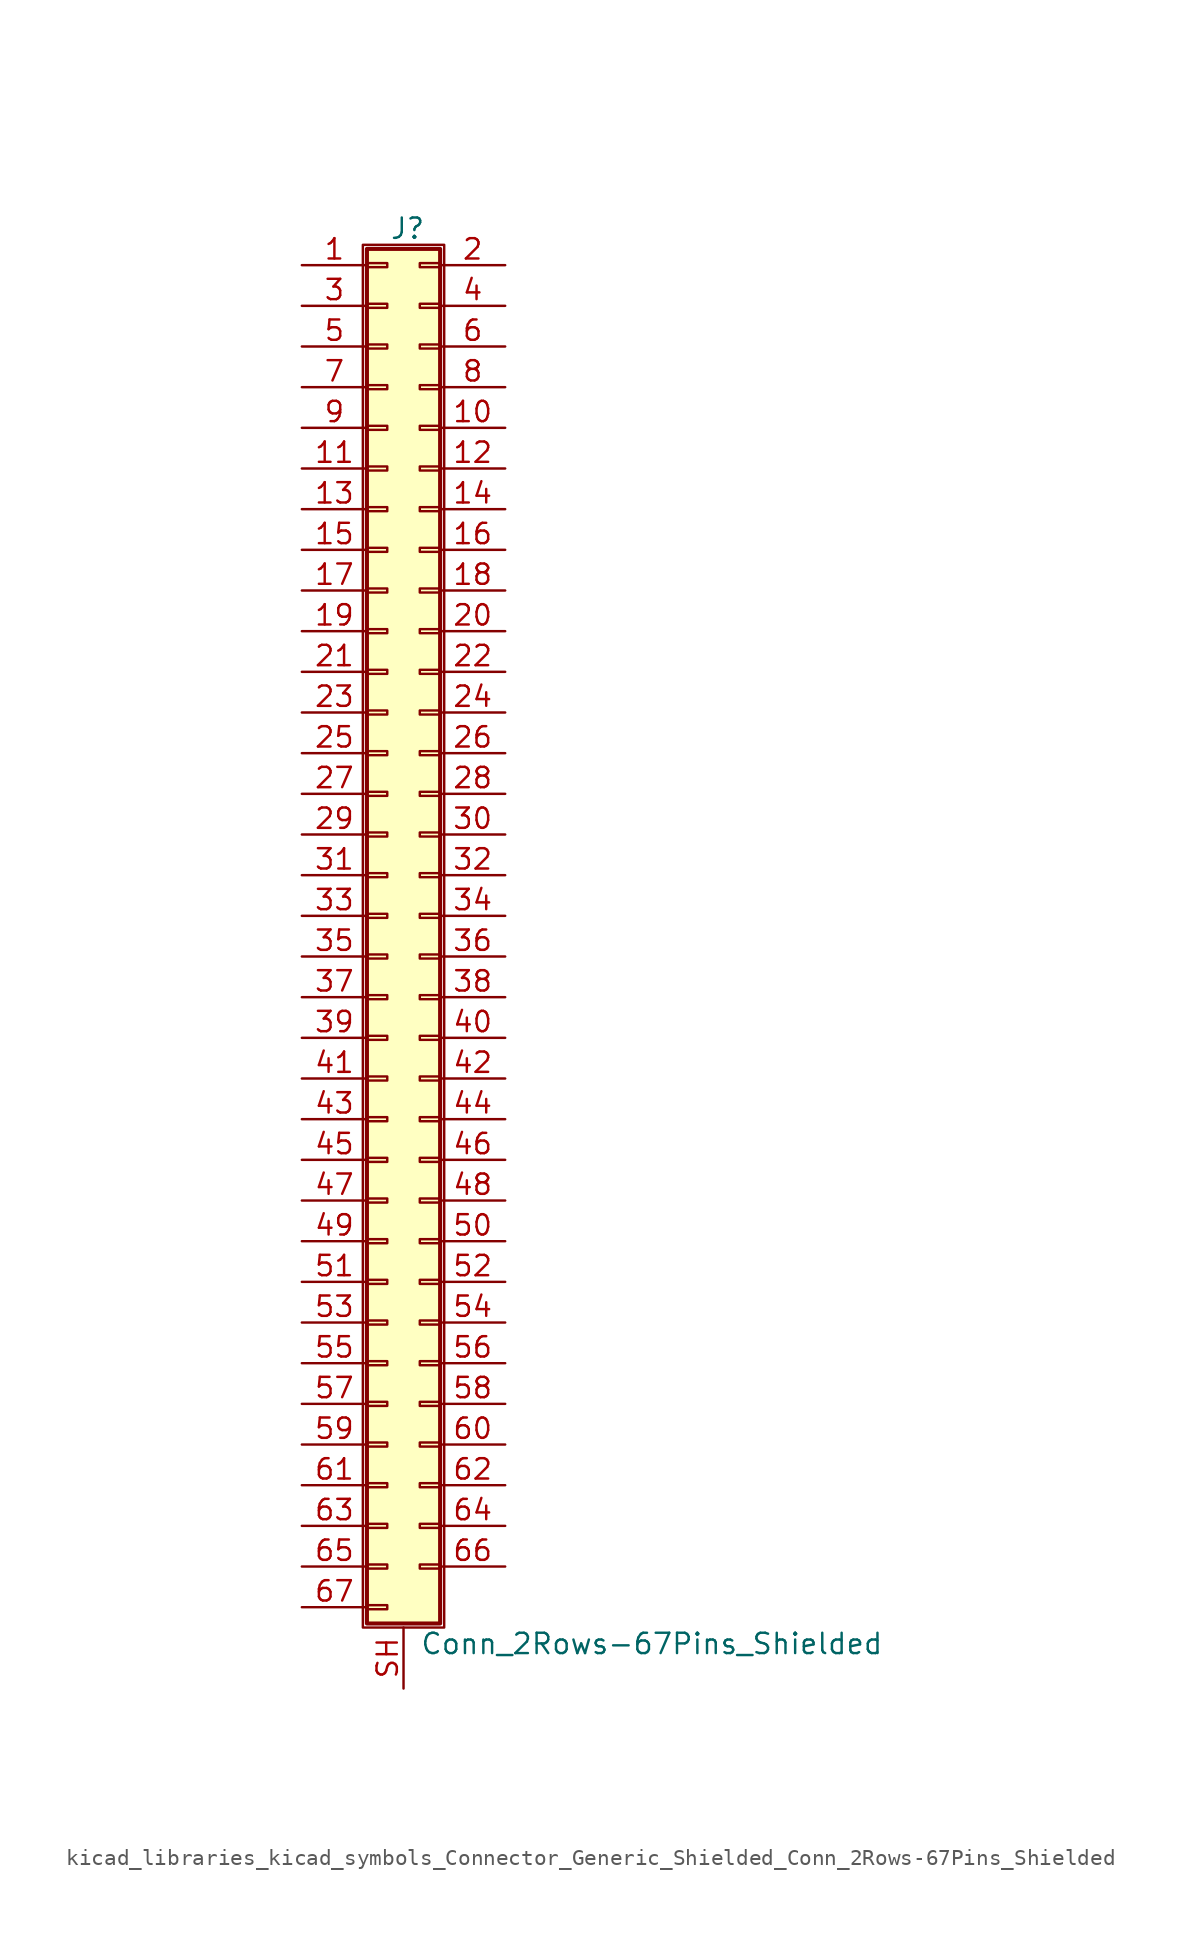
<source format=kicad_sym>
(kicad_symbol_lib
  (version 20220914)
  (generator kicad_symbol_editor)
  (symbol "kicad_libraries_kicad_symbols_Connector_Generic_Shielded_Conn_2Rows-67Pins_Shielded"
    (pin_names
      (offset 1.016) hide)
    (property "Reference" "J"
      (at 1.524 42.926 0)
      (effects (font (size 1.27 1.27))))
    (property "Value" "Conn_2Rows-67Pins_Shielded"
      (at 2.286 -45.466 0)
      (effects (font (size 1.27 1.27)) (justify left)))
    (symbol "kicad_libraries_kicad_symbols_Connector_Generic_Shielded_Conn_2Rows-67Pins_Shielded_1_1"
      (rectangle (start -1.27 41.91) (end 3.81 -44.45) (stroke (width 0.152) (type default)) (fill (type none)))
      (rectangle (start -1.016 -43.053) (end 0.254 -43.307) (stroke (width 0.152) (type default)) (fill (type none)))
      (rectangle (start -1.016 -40.513) (end 0.254 -40.767) (stroke (width 0.152) (type default)) (fill (type none)))
      (rectangle (start -1.016 -37.973) (end 0.254 -38.227) (stroke (width 0.152) (type default)) (fill (type none)))
      (rectangle (start -1.016 -35.433) (end 0.254 -35.687) (stroke (width 0.152) (type default)) (fill (type none)))
      (rectangle (start -1.016 -32.893) (end 0.254 -33.147) (stroke (width 0.152) (type default)) (fill (type none)))
      (rectangle (start -1.016 -30.353) (end 0.254 -30.607) (stroke (width 0.152) (type default)) (fill (type none)))
      (rectangle (start -1.016 -27.813) (end 0.254 -28.067) (stroke (width 0.152) (type default)) (fill (type none)))
      (rectangle (start -1.016 -25.273) (end 0.254 -25.527) (stroke (width 0.152) (type default)) (fill (type none)))
      (rectangle (start -1.016 -22.733) (end 0.254 -22.987) (stroke (width 0.152) (type default)) (fill (type none)))
      (rectangle (start -1.016 -20.193) (end 0.254 -20.447) (stroke (width 0.152) (type default)) (fill (type none)))
      (rectangle (start -1.016 -17.653) (end 0.254 -17.907) (stroke (width 0.152) (type default)) (fill (type none)))
      (rectangle (start -1.016 -15.113) (end 0.254 -15.367) (stroke (width 0.152) (type default)) (fill (type none)))
      (rectangle (start -1.016 -12.573) (end 0.254 -12.827) (stroke (width 0.152) (type default)) (fill (type none)))
      (rectangle (start -1.016 -10.033) (end 0.254 -10.287) (stroke (width 0.152) (type default)) (fill (type none)))
      (rectangle (start -1.016 -7.493) (end 0.254 -7.747) (stroke (width 0.152) (type default)) (fill (type none)))
      (rectangle (start -1.016 -4.953) (end 0.254 -5.207) (stroke (width 0.152) (type default)) (fill (type none)))
      (rectangle (start -1.016 -2.413) (end 0.254 -2.667) (stroke (width 0.152) (type default)) (fill (type none)))
      (rectangle (start -1.016 0.127) (end 0.254 -0.127) (stroke (width 0.152) (type default)) (fill (type none)))
      (rectangle (start -1.016 2.667) (end 0.254 2.413) (stroke (width 0.152) (type default)) (fill (type none)))
      (rectangle (start -1.016 5.207) (end 0.254 4.953) (stroke (width 0.152) (type default)) (fill (type none)))
      (rectangle (start -1.016 7.747) (end 0.254 7.493) (stroke (width 0.152) (type default)) (fill (type none)))
      (rectangle (start -1.016 10.287) (end 0.254 10.033) (stroke (width 0.152) (type default)) (fill (type none)))
      (rectangle (start -1.016 12.827) (end 0.254 12.573) (stroke (width 0.152) (type default)) (fill (type none)))
      (rectangle (start -1.016 15.367) (end 0.254 15.113) (stroke (width 0.152) (type default)) (fill (type none)))
      (rectangle (start -1.016 17.907) (end 0.254 17.653) (stroke (width 0.152) (type default)) (fill (type none)))
      (rectangle (start -1.016 20.447) (end 0.254 20.193) (stroke (width 0.152) (type default)) (fill (type none)))
      (rectangle (start -1.016 22.987) (end 0.254 22.733) (stroke (width 0.152) (type default)) (fill (type none)))
      (rectangle (start -1.016 25.527) (end 0.254 25.273) (stroke (width 0.152) (type default)) (fill (type none)))
      (rectangle (start -1.016 28.067) (end 0.254 27.813) (stroke (width 0.152) (type default)) (fill (type none)))
      (rectangle (start -1.016 30.607) (end 0.254 30.353) (stroke (width 0.152) (type default)) (fill (type none)))
      (rectangle (start -1.016 33.147) (end 0.254 32.893) (stroke (width 0.152) (type default)) (fill (type none)))
      (rectangle (start -1.016 35.687) (end 0.254 35.433) (stroke (width 0.152) (type default)) (fill (type none)))
      (rectangle (start -1.016 38.227) (end 0.254 37.973) (stroke (width 0.152) (type default)) (fill (type none)))
      (rectangle (start -1.016 40.767) (end 0.254 40.513) (stroke (width 0.152) (type default)) (fill (type none)))
      (rectangle (start -1.016 41.656) (end 3.556 -44.196) (stroke (width 0.254) (type default)) (fill (type background)))
      (rectangle (start 3.556 -40.513) (end 2.286 -40.767) (stroke (width 0.152) (type default)) (fill (type none)))
      (rectangle (start 3.556 -37.973) (end 2.286 -38.227) (stroke (width 0.152) (type default)) (fill (type none)))
      (rectangle (start 3.556 -35.433) (end 2.286 -35.687) (stroke (width 0.152) (type default)) (fill (type none)))
      (rectangle (start 3.556 -32.893) (end 2.286 -33.147) (stroke (width 0.152) (type default)) (fill (type none)))
      (rectangle (start 3.556 -30.353) (end 2.286 -30.607) (stroke (width 0.152) (type default)) (fill (type none)))
      (rectangle (start 3.556 -27.813) (end 2.286 -28.067) (stroke (width 0.152) (type default)) (fill (type none)))
      (rectangle (start 3.556 -25.273) (end 2.286 -25.527) (stroke (width 0.152) (type default)) (fill (type none)))
      (rectangle (start 3.556 -22.733) (end 2.286 -22.987) (stroke (width 0.152) (type default)) (fill (type none)))
      (rectangle (start 3.556 -20.193) (end 2.286 -20.447) (stroke (width 0.152) (type default)) (fill (type none)))
      (rectangle (start 3.556 -17.653) (end 2.286 -17.907) (stroke (width 0.152) (type default)) (fill (type none)))
      (rectangle (start 3.556 -15.113) (end 2.286 -15.367) (stroke (width 0.152) (type default)) (fill (type none)))
      (rectangle (start 3.556 -12.573) (end 2.286 -12.827) (stroke (width 0.152) (type default)) (fill (type none)))
      (rectangle (start 3.556 -10.033) (end 2.286 -10.287) (stroke (width 0.152) (type default)) (fill (type none)))
      (rectangle (start 3.556 -7.493) (end 2.286 -7.747) (stroke (width 0.152) (type default)) (fill (type none)))
      (rectangle (start 3.556 -4.953) (end 2.286 -5.207) (stroke (width 0.152) (type default)) (fill (type none)))
      (rectangle (start 3.556 -2.413) (end 2.286 -2.667) (stroke (width 0.152) (type default)) (fill (type none)))
      (rectangle (start 3.556 0.127) (end 2.286 -0.127) (stroke (width 0.152) (type default)) (fill (type none)))
      (rectangle (start 3.556 2.667) (end 2.286 2.413) (stroke (width 0.152) (type default)) (fill (type none)))
      (rectangle (start 3.556 5.207) (end 2.286 4.953) (stroke (width 0.152) (type default)) (fill (type none)))
      (rectangle (start 3.556 7.747) (end 2.286 7.493) (stroke (width 0.152) (type default)) (fill (type none)))
      (rectangle (start 3.556 10.287) (end 2.286 10.033) (stroke (width 0.152) (type default)) (fill (type none)))
      (rectangle (start 3.556 12.827) (end 2.286 12.573) (stroke (width 0.152) (type default)) (fill (type none)))
      (rectangle (start 3.556 15.367) (end 2.286 15.113) (stroke (width 0.152) (type default)) (fill (type none)))
      (rectangle (start 3.556 17.907) (end 2.286 17.653) (stroke (width 0.152) (type default)) (fill (type none)))
      (rectangle (start 3.556 20.447) (end 2.286 20.193) (stroke (width 0.152) (type default)) (fill (type none)))
      (rectangle (start 3.556 22.987) (end 2.286 22.733) (stroke (width 0.152) (type default)) (fill (type none)))
      (rectangle (start 3.556 25.527) (end 2.286 25.273) (stroke (width 0.152) (type default)) (fill (type none)))
      (rectangle (start 3.556 28.067) (end 2.286 27.813) (stroke (width 0.152) (type default)) (fill (type none)))
      (rectangle (start 3.556 30.607) (end 2.286 30.353) (stroke (width 0.152) (type default)) (fill (type none)))
      (rectangle (start 3.556 33.147) (end 2.286 32.893) (stroke (width 0.152) (type default)) (fill (type none)))
      (rectangle (start 3.556 35.687) (end 2.286 35.433) (stroke (width 0.152) (type default)) (fill (type none)))
      (rectangle (start 3.556 38.227) (end 2.286 37.973) (stroke (width 0.152) (type default)) (fill (type none)))
      (rectangle (start 3.556 40.767) (end 2.286 40.513) (stroke (width 0.152) (type default)) (fill (type none)))
      (pin passive line (at -5.08 40.64 0) (length 4.064) (name "Pin_1" (effects (font (size 1.27 1.27)))) (number "1" (effects (font (size 1.27 1.27)))))
      (pin passive line (at 7.62 30.48 180) (length 4.064) (name "Pin_10" (effects (font (size 1.27 1.27)))) (number "10" (effects (font (size 1.27 1.27)))))
      (pin passive line (at -5.08 27.94 0) (length 4.064) (name "Pin_11" (effects (font (size 1.27 1.27)))) (number "11" (effects (font (size 1.27 1.27)))))
      (pin passive line (at 7.62 27.94 180) (length 4.064) (name "Pin_12" (effects (font (size 1.27 1.27)))) (number "12" (effects (font (size 1.27 1.27)))))
      (pin passive line (at -5.08 25.4 0) (length 4.064) (name "Pin_13" (effects (font (size 1.27 1.27)))) (number "13" (effects (font (size 1.27 1.27)))))
      (pin passive line (at 7.62 25.4 180) (length 4.064) (name "Pin_14" (effects (font (size 1.27 1.27)))) (number "14" (effects (font (size 1.27 1.27)))))
      (pin passive line (at -5.08 22.86 0) (length 4.064) (name "Pin_15" (effects (font (size 1.27 1.27)))) (number "15" (effects (font (size 1.27 1.27)))))
      (pin passive line (at 7.62 22.86 180) (length 4.064) (name "Pin_16" (effects (font (size 1.27 1.27)))) (number "16" (effects (font (size 1.27 1.27)))))
      (pin passive line (at -5.08 20.32 0) (length 4.064) (name "Pin_17" (effects (font (size 1.27 1.27)))) (number "17" (effects (font (size 1.27 1.27)))))
      (pin passive line (at 7.62 20.32 180) (length 4.064) (name "Pin_18" (effects (font (size 1.27 1.27)))) (number "18" (effects (font (size 1.27 1.27)))))
      (pin passive line (at -5.08 17.78 0) (length 4.064) (name "Pin_19" (effects (font (size 1.27 1.27)))) (number "19" (effects (font (size 1.27 1.27)))))
      (pin passive line (at 7.62 40.64 180) (length 4.064) (name "Pin_2" (effects (font (size 1.27 1.27)))) (number "2" (effects (font (size 1.27 1.27)))))
      (pin passive line (at 7.62 17.78 180) (length 4.064) (name "Pin_20" (effects (font (size 1.27 1.27)))) (number "20" (effects (font (size 1.27 1.27)))))
      (pin passive line (at -5.08 15.24 0) (length 4.064) (name "Pin_21" (effects (font (size 1.27 1.27)))) (number "21" (effects (font (size 1.27 1.27)))))
      (pin passive line (at 7.62 15.24 180) (length 4.064) (name "Pin_22" (effects (font (size 1.27 1.27)))) (number "22" (effects (font (size 1.27 1.27)))))
      (pin passive line (at -5.08 12.7 0) (length 4.064) (name "Pin_23" (effects (font (size 1.27 1.27)))) (number "23" (effects (font (size 1.27 1.27)))))
      (pin passive line (at 7.62 12.7 180) (length 4.064) (name "Pin_24" (effects (font (size 1.27 1.27)))) (number "24" (effects (font (size 1.27 1.27)))))
      (pin passive line (at -5.08 10.16 0) (length 4.064) (name "Pin_25" (effects (font (size 1.27 1.27)))) (number "25" (effects (font (size 1.27 1.27)))))
      (pin passive line (at 7.62 10.16 180) (length 4.064) (name "Pin_26" (effects (font (size 1.27 1.27)))) (number "26" (effects (font (size 1.27 1.27)))))
      (pin passive line (at -5.08 7.62 0) (length 4.064) (name "Pin_27" (effects (font (size 1.27 1.27)))) (number "27" (effects (font (size 1.27 1.27)))))
      (pin passive line (at 7.62 7.62 180) (length 4.064) (name "Pin_28" (effects (font (size 1.27 1.27)))) (number "28" (effects (font (size 1.27 1.27)))))
      (pin passive line (at -5.08 5.08 0) (length 4.064) (name "Pin_29" (effects (font (size 1.27 1.27)))) (number "29" (effects (font (size 1.27 1.27)))))
      (pin passive line (at -5.08 38.1 0) (length 4.064) (name "Pin_3" (effects (font (size 1.27 1.27)))) (number "3" (effects (font (size 1.27 1.27)))))
      (pin passive line (at 7.62 5.08 180) (length 4.064) (name "Pin_30" (effects (font (size 1.27 1.27)))) (number "30" (effects (font (size 1.27 1.27)))))
      (pin passive line (at -5.08 2.54 0) (length 4.064) (name "Pin_31" (effects (font (size 1.27 1.27)))) (number "31" (effects (font (size 1.27 1.27)))))
      (pin passive line (at 7.62 2.54 180) (length 4.064) (name "Pin_32" (effects (font (size 1.27 1.27)))) (number "32" (effects (font (size 1.27 1.27)))))
      (pin passive line (at -5.08 0 0) (length 4.064) (name "Pin_33" (effects (font (size 1.27 1.27)))) (number "33" (effects (font (size 1.27 1.27)))))
      (pin passive line (at 7.62 0 180) (length 4.064) (name "Pin_34" (effects (font (size 1.27 1.27)))) (number "34" (effects (font (size 1.27 1.27)))))
      (pin passive line (at -5.08 -2.54 0) (length 4.064) (name "Pin_35" (effects (font (size 1.27 1.27)))) (number "35" (effects (font (size 1.27 1.27)))))
      (pin passive line (at 7.62 -2.54 180) (length 4.064) (name "Pin_36" (effects (font (size 1.27 1.27)))) (number "36" (effects (font (size 1.27 1.27)))))
      (pin passive line (at -5.08 -5.08 0) (length 4.064) (name "Pin_37" (effects (font (size 1.27 1.27)))) (number "37" (effects (font (size 1.27 1.27)))))
      (pin passive line (at 7.62 -5.08 180) (length 4.064) (name "Pin_38" (effects (font (size 1.27 1.27)))) (number "38" (effects (font (size 1.27 1.27)))))
      (pin passive line (at -5.08 -7.62 0) (length 4.064) (name "Pin_39" (effects (font (size 1.27 1.27)))) (number "39" (effects (font (size 1.27 1.27)))))
      (pin passive line (at 7.62 38.1 180) (length 4.064) (name "Pin_4" (effects (font (size 1.27 1.27)))) (number "4" (effects (font (size 1.27 1.27)))))
      (pin passive line (at 7.62 -7.62 180) (length 4.064) (name "Pin_40" (effects (font (size 1.27 1.27)))) (number "40" (effects (font (size 1.27 1.27)))))
      (pin passive line (at -5.08 -10.16 0) (length 4.064) (name "Pin_41" (effects (font (size 1.27 1.27)))) (number "41" (effects (font (size 1.27 1.27)))))
      (pin passive line (at 7.62 -10.16 180) (length 4.064) (name "Pin_42" (effects (font (size 1.27 1.27)))) (number "42" (effects (font (size 1.27 1.27)))))
      (pin passive line (at -5.08 -12.7 0) (length 4.064) (name "Pin_43" (effects (font (size 1.27 1.27)))) (number "43" (effects (font (size 1.27 1.27)))))
      (pin passive line (at 7.62 -12.7 180) (length 4.064) (name "Pin_44" (effects (font (size 1.27 1.27)))) (number "44" (effects (font (size 1.27 1.27)))))
      (pin passive line (at -5.08 -15.24 0) (length 4.064) (name "Pin_45" (effects (font (size 1.27 1.27)))) (number "45" (effects (font (size 1.27 1.27)))))
      (pin passive line (at 7.62 -15.24 180) (length 4.064) (name "Pin_46" (effects (font (size 1.27 1.27)))) (number "46" (effects (font (size 1.27 1.27)))))
      (pin passive line (at -5.08 -17.78 0) (length 4.064) (name "Pin_47" (effects (font (size 1.27 1.27)))) (number "47" (effects (font (size 1.27 1.27)))))
      (pin passive line (at 7.62 -17.78 180) (length 4.064) (name "Pin_48" (effects (font (size 1.27 1.27)))) (number "48" (effects (font (size 1.27 1.27)))))
      (pin passive line (at -5.08 -20.32 0) (length 4.064) (name "Pin_49" (effects (font (size 1.27 1.27)))) (number "49" (effects (font (size 1.27 1.27)))))
      (pin passive line (at -5.08 35.56 0) (length 4.064) (name "Pin_5" (effects (font (size 1.27 1.27)))) (number "5" (effects (font (size 1.27 1.27)))))
      (pin passive line (at 7.62 -20.32 180) (length 4.064) (name "Pin_50" (effects (font (size 1.27 1.27)))) (number "50" (effects (font (size 1.27 1.27)))))
      (pin passive line (at -5.08 -22.86 0) (length 4.064) (name "Pin_51" (effects (font (size 1.27 1.27)))) (number "51" (effects (font (size 1.27 1.27)))))
      (pin passive line (at 7.62 -22.86 180) (length 4.064) (name "Pin_52" (effects (font (size 1.27 1.27)))) (number "52" (effects (font (size 1.27 1.27)))))
      (pin passive line (at -5.08 -25.4 0) (length 4.064) (name "Pin_53" (effects (font (size 1.27 1.27)))) (number "53" (effects (font (size 1.27 1.27)))))
      (pin passive line (at 7.62 -25.4 180) (length 4.064) (name "Pin_54" (effects (font (size 1.27 1.27)))) (number "54" (effects (font (size 1.27 1.27)))))
      (pin passive line (at -5.08 -27.94 0) (length 4.064) (name "Pin_55" (effects (font (size 1.27 1.27)))) (number "55" (effects (font (size 1.27 1.27)))))
      (pin passive line (at 7.62 -27.94 180) (length 4.064) (name "Pin_56" (effects (font (size 1.27 1.27)))) (number "56" (effects (font (size 1.27 1.27)))))
      (pin passive line (at -5.08 -30.48 0) (length 4.064) (name "Pin_57" (effects (font (size 1.27 1.27)))) (number "57" (effects (font (size 1.27 1.27)))))
      (pin passive line (at 7.62 -30.48 180) (length 4.064) (name "Pin_58" (effects (font (size 1.27 1.27)))) (number "58" (effects (font (size 1.27 1.27)))))
      (pin passive line (at -5.08 -33.02 0) (length 4.064) (name "Pin_59" (effects (font (size 1.27 1.27)))) (number "59" (effects (font (size 1.27 1.27)))))
      (pin passive line (at 7.62 35.56 180) (length 4.064) (name "Pin_6" (effects (font (size 1.27 1.27)))) (number "6" (effects (font (size 1.27 1.27)))))
      (pin passive line (at 7.62 -33.02 180) (length 4.064) (name "Pin_60" (effects (font (size 1.27 1.27)))) (number "60" (effects (font (size 1.27 1.27)))))
      (pin passive line (at -5.08 -35.56 0) (length 4.064) (name "Pin_61" (effects (font (size 1.27 1.27)))) (number "61" (effects (font (size 1.27 1.27)))))
      (pin passive line (at 7.62 -35.56 180) (length 4.064) (name "Pin_62" (effects (font (size 1.27 1.27)))) (number "62" (effects (font (size 1.27 1.27)))))
      (pin passive line (at -5.08 -38.1 0) (length 4.064) (name "Pin_63" (effects (font (size 1.27 1.27)))) (number "63" (effects (font (size 1.27 1.27)))))
      (pin passive line (at 7.62 -38.1 180) (length 4.064) (name "Pin_64" (effects (font (size 1.27 1.27)))) (number "64" (effects (font (size 1.27 1.27)))))
      (pin passive line (at -5.08 -40.64 0) (length 4.064) (name "Pin_65" (effects (font (size 1.27 1.27)))) (number "65" (effects (font (size 1.27 1.27)))))
      (pin passive line (at 7.62 -40.64 180) (length 4.064) (name "Pin_66" (effects (font (size 1.27 1.27)))) (number "66" (effects (font (size 1.27 1.27)))))
      (pin passive line (at -5.08 -43.18 0) (length 4.064) (name "Pin_67" (effects (font (size 1.27 1.27)))) (number "67" (effects (font (size 1.27 1.27)))))
      (pin passive line (at -5.08 33.02 0) (length 4.064) (name "Pin_7" (effects (font (size 1.27 1.27)))) (number "7" (effects (font (size 1.27 1.27)))))
      (pin passive line (at 7.62 33.02 180) (length 4.064) (name "Pin_8" (effects (font (size 1.27 1.27)))) (number "8" (effects (font (size 1.27 1.27)))))
      (pin passive line (at -5.08 30.48 0) (length 4.064) (name "Pin_9" (effects (font (size 1.27 1.27)))) (number "9" (effects (font (size 1.27 1.27)))))
      (pin passive line (at 1.27 -48.26 90) (length 3.81) (name "Shield" (effects (font (size 1.27 1.27)))) (number "SH" (effects (font (size 1.27 1.27))))))))
</source>
